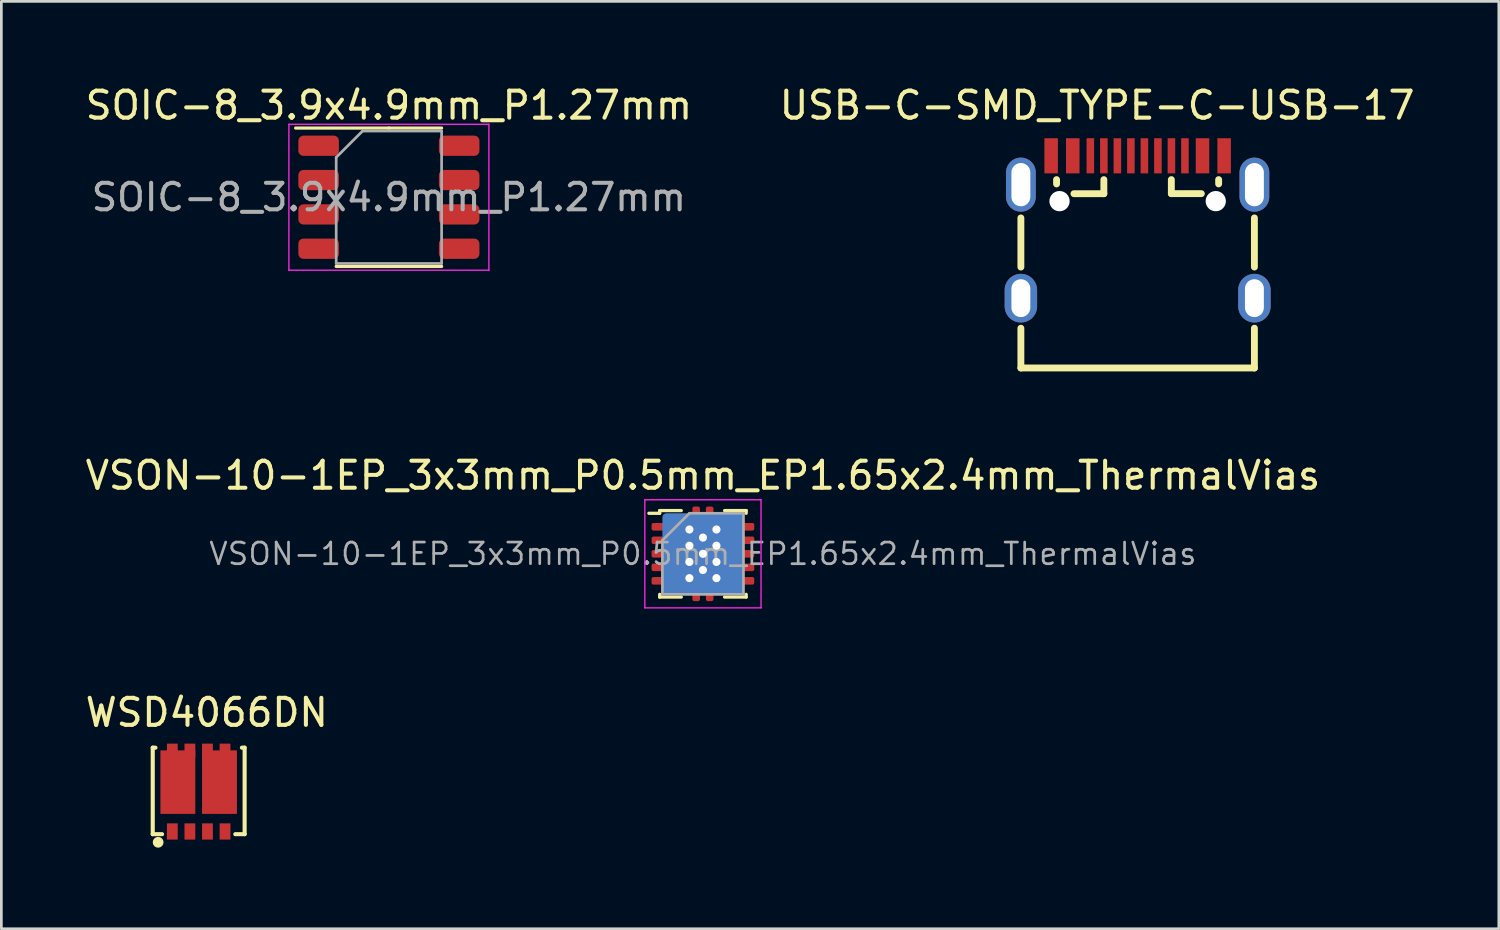
<source format=kicad_pcb>
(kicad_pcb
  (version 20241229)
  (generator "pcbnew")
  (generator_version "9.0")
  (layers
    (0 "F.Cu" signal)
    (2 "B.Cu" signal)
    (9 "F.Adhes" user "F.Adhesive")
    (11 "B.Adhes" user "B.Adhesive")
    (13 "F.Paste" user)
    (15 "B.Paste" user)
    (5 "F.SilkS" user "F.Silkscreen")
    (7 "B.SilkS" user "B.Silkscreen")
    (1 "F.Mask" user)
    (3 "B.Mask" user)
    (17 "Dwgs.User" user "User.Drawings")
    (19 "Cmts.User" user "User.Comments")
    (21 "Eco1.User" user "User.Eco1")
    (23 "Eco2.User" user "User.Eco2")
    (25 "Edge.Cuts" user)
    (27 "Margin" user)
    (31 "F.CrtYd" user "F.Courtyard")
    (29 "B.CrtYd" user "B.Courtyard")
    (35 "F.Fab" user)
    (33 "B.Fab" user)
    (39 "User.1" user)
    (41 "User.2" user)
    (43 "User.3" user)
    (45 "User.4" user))
  (footprint "WSD4066DN"
    (layer "F.Cu")
    (at 4.101 26.314)
    (property "Reference" "WSD4066DN" (at 0.5 -3 0) (layer "F.SilkS") (effects (font (size 1 1) (thickness 0.15))))
    (attr through_hole)
    (fp_line (start -1.5 -1.7) (end -1.5 1.5) (stroke (width 0.152) (type solid)) (layer "F.SilkS"))
    (fp_line (start -1.5 -1.7) (end -1.4 -1.7) (stroke (width 0.152) (type solid)) (layer "F.SilkS"))
    (fp_line (start -1.5 1.5) (end -1.155 1.5) (stroke (width 0.152) (type solid)) (layer "F.SilkS"))
    (fp_line (start 1.555 1.5) (end 1.9 1.5) (stroke (width 0.152) (type solid)) (layer "F.SilkS"))
    (fp_line (start 1.9 -1.7) (end 1.8 -1.7) (stroke (width 0.152) (type solid)) (layer "F.SilkS"))
    (fp_line (start 1.9 1.5) (end 1.9 -1.7) (stroke (width 0.152) (type solid)) (layer "F.SilkS"))
    (fp_circle (center -1.3 1.8) (end -1.2 1.8) (stroke (width 0.2) (type solid)) (fill no) (layer "F.SilkS"))
    (pad "1" smd rect (at -0.775 1.4) (size 0.4 0.6) (layers "F.Cu" "F.Mask" "F.Paste"))
    (pad "2" smd rect (at -0.125 1.4) (size 0.4 0.6) (layers "F.Cu" "F.Mask" "F.Paste"))
    (pad "3" smd rect (at 0.525 1.4) (size 0.4 0.6) (layers "F.Cu" "F.Mask" "F.Paste"))
    (pad "4" smd rect (at 1.175 1.4) (size 0.4 0.6) (layers "F.Cu" "F.Mask" "F.Paste"))
    (pad "5" smd rect (at -0.775 -1.6) (size 0.4 0.5) (layers "F.Cu" "F.Mask" "F.Paste"))
    (pad "5" smd rect (at -0.57 -0.425) (size 1.29 2.35) (layers "F.Cu" "F.Mask" "F.Paste"))
    (pad "5" smd rect (at -0.125 -1.6) (size 0.4 0.5) (layers "F.Cu" "F.Mask" "F.Paste"))
    (pad "6" smd rect (at 0.525 -1.6) (size 0.4 0.5) (layers "F.Cu" "F.Mask" "F.Paste"))
    (pad "6" smd rect (at 0.97 -0.425) (size 1.29 2.35) (layers "F.Cu" "F.Mask" "F.Paste"))
    (pad "6" smd rect (at 1.175 -1.6) (size 0.4 0.5) (layers "F.Cu" "F.Mask" "F.Paste")))
  (footprint "USB-C-SMD_TYPE-C-USB-17"
    (layer "F.Cu")
    (at 39.042 4.848)
    (property "Reference" "USB-C-SMD_TYPE-C-USB-17" (at -1.5 -4 0) (layer "F.SilkS") (effects (font (size 1 1) (thickness 0.15))))
    (attr through_hole)
    (fp_line (start -4.32 1.983) (end -4.32 0.165) (stroke (width 0.254) (type solid)) (layer "F.SilkS"))
    (fp_line (start -4.32 5.717) (end -4.32 4.245) (stroke (width 0.254) (type solid)) (layer "F.SilkS"))
    (fp_line (start -3 -1.093) (end -3 -1.252) (stroke (width 0.254) (type solid)) (layer "F.SilkS"))
    (fp_line (start -2.357 -0.731) (end -1.25 -0.731) (stroke (width 0.254) (type solid)) (layer "F.SilkS"))
    (fp_line (start -1.25 -0.731) (end -1.25 -1.252) (stroke (width 0.254) (type solid)) (layer "F.SilkS"))
    (fp_line (start 1.247 -0.733) (end 1.247 -1.253) (stroke (width 0.254) (type solid)) (layer "F.SilkS"))
    (fp_line (start 1.247 -0.733) (end 2.357 -0.733) (stroke (width 0.254) (type solid)) (layer "F.SilkS"))
    (fp_line (start 2.997 -1.094) (end 2.997 -1.252) (stroke (width 0.254) (type solid)) (layer "F.SilkS"))
    (fp_line (start 4.32 1.983) (end 4.32 0.165) (stroke (width 0.254) (type solid)) (layer "F.SilkS"))
    (fp_line (start 4.32 5.717) (end -4.32 5.717) (stroke (width 0.254) (type solid)) (layer "F.SilkS"))
    (fp_line (start 4.32 5.717) (end 4.32 4.245) (stroke (width 0.254) (type solid)) (layer "F.SilkS"))
    (pad "" np_thru_hole circle (at -2.89 -0.456) (size 0.75 0.75) (drill 0.75) (layers "*.Cu" "*.Mask"))
    (pad "" np_thru_hole circle (at 2.89 -0.456) (size 0.75 0.75) (drill 0.75) (layers "*.Cu" "*.Mask"))
    (pad "0" thru_hole oval (at -4.32 -1.066) (size 1.1 2) (drill oval 0.7 1.6) (layers "*.Cu" "*.Mask"))
    (pad "0" thru_hole oval (at -4.32 3.134) (size 1.2 1.8) (drill oval 0.7 1.4) (layers "*.Cu" "*.Mask"))
    (pad "0" thru_hole oval (at 4.32 -1.066) (size 1.1 2) (drill oval 0.7 1.6) (layers "*.Cu" "*.Mask"))
    (pad "0" thru_hole oval (at 4.32 3.134) (size 1.2 1.8) (drill oval 0.7 1.4) (layers "*.Cu" "*.Mask"))
    (pad "A1" smd rect (at -3.2 -2.133) (size 0.5 1.3) (layers "F.Cu" "F.Mask" "F.Paste"))
    (pad "A4" smd rect (at -2.4 -2.133) (size 0.5 1.3) (layers "F.Cu" "F.Mask" "F.Paste"))
    (pad "A5" smd rect (at -1.25 -2.133) (size 0.28 1.3) (layers "F.Cu" "F.Mask" "F.Paste"))
    (pad "A6" smd rect (at -0.25 -2.133) (size 0.28 1.3) (layers "F.Cu" "F.Mask" "F.Paste"))
    (pad "A7" smd rect (at 0.25 -2.133) (size 0.28 1.3) (layers "F.Cu" "F.Mask" "F.Paste"))
    (pad "A8" smd rect (at 1.25 -2.134) (size 0.28 1.3) (layers "F.Cu" "F.Mask" "F.Paste"))
    (pad "A9" smd rect (at 2.4 -2.133) (size 0.5 1.3) (layers "F.Cu" "F.Mask" "F.Paste"))
    (pad "A12" smd rect (at 3.2 -2.133) (size 0.5 1.3) (layers "F.Cu" "F.Mask" "F.Paste"))
    (pad "B5" smd rect (at 1.75 -2.133) (size 0.28 1.3) (layers "F.Cu" "F.Mask" "F.Paste"))
    (pad "B6" smd rect (at 0.75 -2.133) (size 0.28 1.3) (layers "F.Cu" "F.Mask" "F.Paste"))
    (pad "B7" smd rect (at -0.75 -2.133) (size 0.28 1.3) (layers "F.Cu" "F.Mask" "F.Paste"))
    (pad "B8" smd rect (at -1.75 -2.134) (size 0.28 1.3) (layers "F.Cu" "F.Mask" "F.Paste")))
  (footprint "SOIC-8_3.9x4.9mm_P1.27mm"
    (layer "F.Cu")
    (at 11.339 4.248)
    (property "Reference" "SOIC-8_3.9x4.9mm_P1.27mm" (at 0 -3.4 0) (layer "F.SilkS") (effects (font (size 1 1) (thickness 0.15))))
    (attr smd)
    (fp_line (start 0 -2.56) (end -3.45 -2.56) (stroke (width 0.12) (type solid)) (layer "F.SilkS"))
    (fp_line (start 0 -2.56) (end 1.95 -2.56) (stroke (width 0.12) (type solid)) (layer "F.SilkS"))
    (fp_line (start 0 2.56) (end -1.95 2.56) (stroke (width 0.12) (type solid)) (layer "F.SilkS"))
    (fp_line (start 0 2.56) (end 1.95 2.56) (stroke (width 0.12) (type solid)) (layer "F.SilkS"))
    (fp_line (start -3.7 -2.7) (end -3.7 2.7) (stroke (width 0.05) (type solid)) (layer "F.CrtYd"))
    (fp_line (start -3.7 2.7) (end 3.7 2.7) (stroke (width 0.05) (type solid)) (layer "F.CrtYd"))
    (fp_line (start 3.7 -2.7) (end -3.7 -2.7) (stroke (width 0.05) (type solid)) (layer "F.CrtYd"))
    (fp_line (start 3.7 2.7) (end 3.7 -2.7) (stroke (width 0.05) (type solid)) (layer "F.CrtYd"))
    (fp_line (start -1.95 -1.475) (end -0.975 -2.45) (stroke (width 0.1) (type solid)) (layer "F.Fab"))
    (fp_line (start -1.95 2.45) (end -1.95 -1.475) (stroke (width 0.1) (type solid)) (layer "F.Fab"))
    (fp_line (start -0.975 -2.45) (end 1.95 -2.45) (stroke (width 0.1) (type solid)) (layer "F.Fab"))
    (fp_line (start 1.95 -2.45) (end 1.95 2.45) (stroke (width 0.1) (type solid)) (layer "F.Fab"))
    (fp_line (start 1.95 2.45) (end -1.95 2.45) (stroke (width 0.1) (type solid)) (layer "F.Fab"))
    (fp_text user "${REFERENCE}" (at 0 0 0) (layer "F.Fab") (effects (font (size 0.98 0.98) (thickness 0.15))))
    (pad "1" smd roundrect (at -2.6 -1.905) (size 1.5 0.75) (layers "F.Cu" "F.Mask" "F.Paste") (roundrect_rratio 0.25))
    (pad "2" smd roundrect (at -2.6 -0.635) (size 1.5 0.75) (layers "F.Cu" "F.Mask" "F.Paste") (roundrect_rratio 0.25))
    (pad "3" smd roundrect (at -2.6 0.635) (size 1.5 0.75) (layers "F.Cu" "F.Mask" "F.Paste") (roundrect_rratio 0.25))
    (pad "4" smd roundrect (at -2.6 1.905) (size 1.5 0.75) (layers "F.Cu" "F.Mask" "F.Paste") (roundrect_rratio 0.25))
    (pad "5" smd roundrect (at 2.6 1.905) (size 1.5 0.75) (layers "F.Cu" "F.Mask" "F.Paste") (roundrect_rratio 0.25))
    (pad "6" smd roundrect (at 2.6 0.635) (size 1.5 0.75) (layers "F.Cu" "F.Mask" "F.Paste") (roundrect_rratio 0.25))
    (pad "7" smd roundrect (at 2.6 -0.635) (size 1.5 0.75) (layers "F.Cu" "F.Mask" "F.Paste") (roundrect_rratio 0.25))
    (pad "8" smd roundrect (at 2.6 -1.905) (size 1.5 0.75) (layers "F.Cu" "F.Mask" "F.Paste") (roundrect_rratio 0.25)))
  (footprint "VSON-10-1EP_3x3mm_P0.5mm_EP1.65x2.4mm_ThermalVias"
    (layer "F.Cu")
    (at 22.958 17.441)
    (property "Reference" "VSON-10-1EP_3x3mm_P0.5mm_EP1.65x2.4mm_ThermalVias" (at 0 -2.9 0) (layer "F.SilkS") (effects (font (size 1 1) (thickness 0.15))))
    (attr smd)
    (fp_line (start -1.6 -1.6) (end -1.6 -1.5) (stroke (width 0.12) (type solid)) (layer "F.SilkS"))
    (fp_line (start -1.6 -1.5) (end -2 -1.5) (stroke (width 0.12) (type solid)) (layer "F.SilkS"))
    (fp_line (start -1.6 1.5) (end -1.6 1.6) (stroke (width 0.12) (type solid)) (layer "F.SilkS"))
    (fp_line (start -1.6 1.6) (end -0.8 1.6) (stroke (width 0.12) (type solid)) (layer "F.SilkS"))
    (fp_line (start -0.8 -1.6) (end -1.6 -1.6) (stroke (width 0.12) (type solid)) (layer "F.SilkS"))
    (fp_line (start 0.8 -1.6) (end 1.6 -1.6) (stroke (width 0.12) (type solid)) (layer "F.SilkS"))
    (fp_line (start 0.8 1.6) (end 1.6 1.6) (stroke (width 0.12) (type solid)) (layer "F.SilkS"))
    (fp_line (start 1.6 -1.6) (end 1.6 -1.5) (stroke (width 0.12) (type solid)) (layer "F.SilkS"))
    (fp_line (start 1.6 1.6) (end 1.6 1.5) (stroke (width 0.12) (type solid)) (layer "F.SilkS"))
    (fp_line (start -2.15 -2) (end 2.15 -2) (stroke (width 0.05) (type solid)) (layer "F.CrtYd"))
    (fp_line (start -2.15 2) (end -2.15 -2) (stroke (width 0.05) (type solid)) (layer "F.CrtYd"))
    (fp_line (start 2.15 -2) (end 2.15 2) (stroke (width 0.05) (type solid)) (layer "F.CrtYd"))
    (fp_line (start 2.15 2) (end -2.15 2) (stroke (width 0.05) (type solid)) (layer "F.CrtYd"))
    (fp_line (start -1.5 -0.5) (end -1.5 1.5) (stroke (width 0.1) (type solid)) (layer "F.Fab"))
    (fp_line (start -1.5 -0.5) (end -0.5 -1.5) (stroke (width 0.1) (type solid)) (layer "F.Fab"))
    (fp_line (start -1.5 1.5) (end 1.5 1.5) (stroke (width 0.1) (type solid)) (layer "F.Fab"))
    (fp_line (start -0.5 -1.5) (end 1.5 -1.5) (stroke (width 0.1) (type solid)) (layer "F.Fab"))
    (fp_line (start 1.5 -1.5) (end 1.5 1.5) (stroke (width 0.1) (type solid)) (layer "F.Fab"))
    (fp_text user "${REFERENCE}" (at 0 0 0) (layer "F.Fab") (effects (font (size 0.8 0.8) (thickness 0.1))))
    (pad "" smd rect (at -0.48 -0.86) (size 0.64 0.64) (layers "F.Paste"))
    (pad "" smd rect (at -0.48 0) (size 0.64 0.64) (layers "F.Paste"))
    (pad "" smd rect (at -0.48 0.86) (size 0.64 0.64) (layers "F.Paste"))
    (pad "" smd rect (at 0.48 -0.86) (size 0.64 0.64) (layers "F.Paste"))
    (pad "" smd rect (at 0.48 0) (size 0.64 0.64) (layers "F.Paste"))
    (pad "" smd rect (at 0.48 0.86) (size 0.64 0.64) (layers "F.Paste"))
    (pad "1" smd roundrect (at -1.475 -1) (size 0.85 0.28) (layers "F.Cu" "F.Mask" "F.Paste") (roundrect_rratio 0.25))
    (pad "2" smd roundrect (at -1.475 -0.5) (size 0.85 0.28) (layers "F.Cu" "F.Mask" "F.Paste") (roundrect_rratio 0.25))
    (pad "3" smd roundrect (at -1.475 0) (size 0.85 0.28) (layers "F.Cu" "F.Mask" "F.Paste") (roundrect_rratio 0.25))
    (pad "4" smd roundrect (at -1.475 0.5) (size 0.85 0.28) (layers "F.Cu" "F.Mask" "F.Paste") (roundrect_rratio 0.25))
    (pad "5" smd roundrect (at -1.475 1) (size 0.85 0.28) (layers "F.Cu" "F.Mask" "F.Paste") (roundrect_rratio 0.25))
    (pad "6" smd roundrect (at 1.475 1) (size 0.85 0.28) (layers "F.Cu" "F.Mask" "F.Paste") (roundrect_rratio 0.25))
    (pad "7" smd roundrect (at 1.475 0.5) (size 0.85 0.28) (layers "F.Cu" "F.Mask" "F.Paste") (roundrect_rratio 0.25))
    (pad "8" smd roundrect (at 1.475 0) (size 0.85 0.28) (layers "F.Cu" "F.Mask" "F.Paste") (roundrect_rratio 0.25))
    (pad "9" smd roundrect (at 1.475 -0.5) (size 0.85 0.28) (layers "F.Cu" "F.Mask" "F.Paste") (roundrect_rratio 0.25))
    (pad "10" smd roundrect (at 1.475 -1) (size 0.85 0.28) (layers "F.Cu" "F.Mask" "F.Paste") (roundrect_rratio 0.25))
    (pad "11" thru_hole circle (at -0.5 -0.9) (size 0.55 0.55) (drill 0.3) (layers "*.Cu"))
    (pad "11" thru_hole circle (at -0.5 -0.3) (size 0.55 0.55) (drill 0.3) (layers "*.Cu"))
    (pad "11" thru_hole circle (at -0.5 0.3) (size 0.55 0.55) (drill 0.3) (layers "*.Cu"))
    (pad "11" thru_hole circle (at -0.5 0.9) (size 0.55 0.55) (drill 0.3) (layers "*.Cu"))
    (pad "11" smd roundrect (at -0.25 -1.4) (size 0.28 0.7) (layers "F.Cu" "F.Mask" "F.Paste") (roundrect_rratio 0.25))
    (pad "11" smd roundrect (at -0.25 1.4) (size 0.28 0.7) (layers "F.Cu" "F.Mask" "F.Paste") (roundrect_rratio 0.25))
    (pad "11" thru_hole circle (at 0 -0.6) (size 0.55 0.55) (drill 0.3) (layers "*.Cu"))
    (pad "11" thru_hole circle (at 0 0) (size 0.55 0.55) (drill 0.3) (layers "*.Cu"))
    (pad "11" smd roundrect (at 0 0) (size 1.65 2.5) (layers "F.Cu" "F.Mask") (roundrect_rratio 0.05))
    (pad "11" smd roundrect (at 0 0) (size 3 3) (layers "B.Cu") (roundrect_rratio 0.05))
    (pad "11" thru_hole circle (at 0 0.6) (size 0.55 0.55) (drill 0.3) (layers "*.Cu"))
    (pad "11" smd roundrect (at 0.25 -1.4) (size 0.28 0.7) (layers "F.Cu" "F.Mask" "F.Paste") (roundrect_rratio 0.25))
    (pad "11" smd roundrect (at 0.25 1.4) (size 0.28 0.7) (layers "F.Cu" "F.Mask" "F.Paste") (roundrect_rratio 0.25))
    (pad "11" thru_hole circle (at 0.5 -0.9) (size 0.55 0.55) (drill 0.3) (layers "*.Cu"))
    (pad "11" thru_hole circle (at 0.5 -0.3) (size 0.55 0.55) (drill 0.3) (layers "*.Cu"))
    (pad "11" thru_hole circle (at 0.5 0.3) (size 0.55 0.55) (drill 0.3) (layers "*.Cu"))
    (pad "11" thru_hole circle (at 0.5 0.9) (size 0.55 0.55) (drill 0.3) (layers "*.Cu")))
  (gr_rect
    (start -3 -3)
    (end 52.405 31.314)
    (stroke (width 0.1) (type default))
    (fill no)
    (layer "Edge.Cuts")))
</source>
